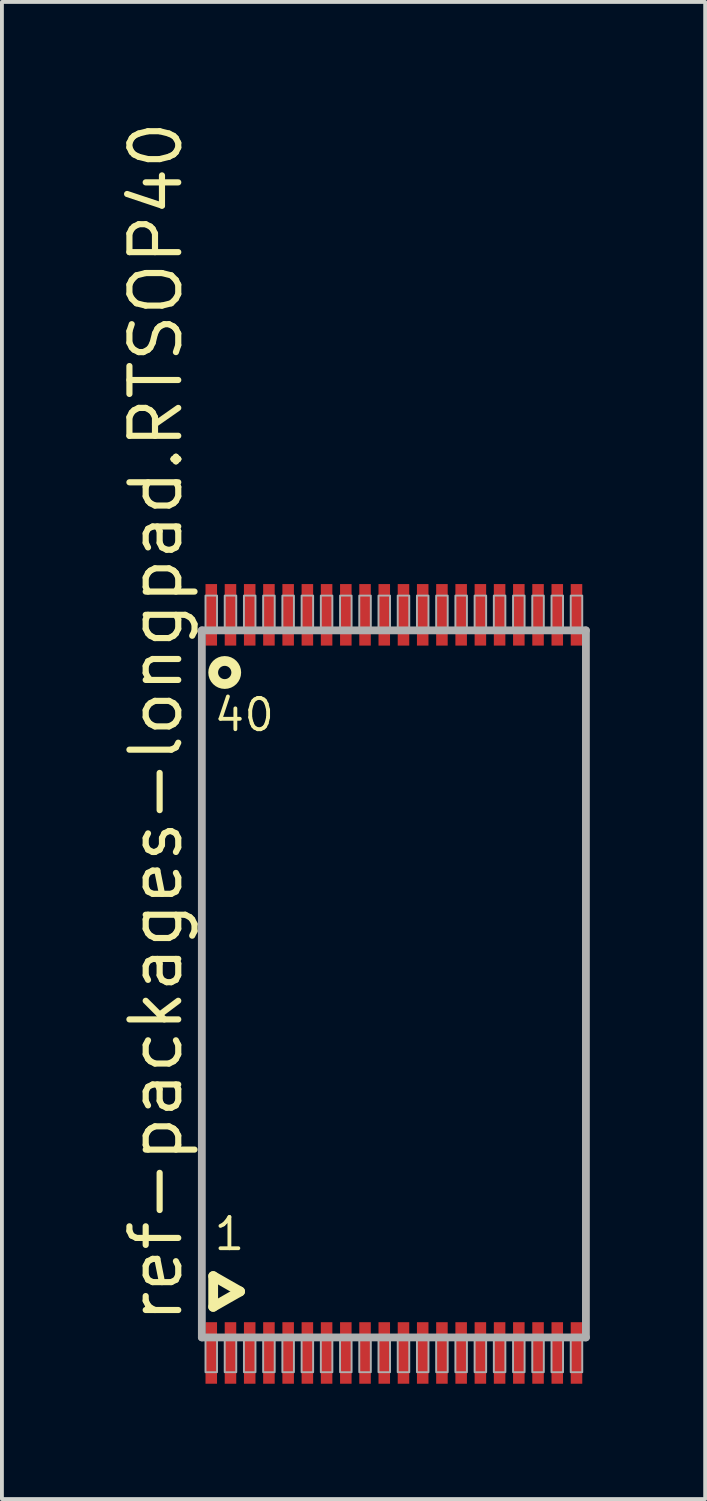
<source format=kicad_pcb>
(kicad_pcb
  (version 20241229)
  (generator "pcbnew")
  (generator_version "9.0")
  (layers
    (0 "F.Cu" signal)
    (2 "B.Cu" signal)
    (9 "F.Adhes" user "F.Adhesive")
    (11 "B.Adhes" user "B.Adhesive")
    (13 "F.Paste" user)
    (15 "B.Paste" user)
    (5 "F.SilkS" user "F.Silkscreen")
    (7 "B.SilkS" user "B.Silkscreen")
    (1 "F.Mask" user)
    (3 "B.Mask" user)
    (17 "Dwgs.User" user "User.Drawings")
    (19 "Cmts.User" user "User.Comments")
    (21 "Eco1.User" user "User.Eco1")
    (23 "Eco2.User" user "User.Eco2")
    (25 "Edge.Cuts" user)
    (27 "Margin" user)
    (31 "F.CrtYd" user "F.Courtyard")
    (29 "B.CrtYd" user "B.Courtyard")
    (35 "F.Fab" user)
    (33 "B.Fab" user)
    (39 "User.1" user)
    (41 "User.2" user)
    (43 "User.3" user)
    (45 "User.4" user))
  (footprint "ref-packages-longpad.RTSOP40"
    (layer "F.Cu")
    (at 7.195 22.542)
    (property "Reference" "ref-packages-longpad.RTSOP40" (at -5.445 8.89 90) (layer "F.SilkS") (effects (font (size 1.27 1.27) (thickness 0.16)) (justify left bottom)))
    (attr smd)
    (fp_line (start -4.7 7.6) (end -4 8) (stroke (width 0.254) (type default)) (layer "F.SilkS"))
    (fp_line (start -4.7 8.4) (end -4.7 7.6) (stroke (width 0.254) (type default)) (layer "F.SilkS"))
    (fp_line (start -4 8) (end -4.7 8.4) (stroke (width 0.254) (type default)) (layer "F.SilkS"))
    (fp_circle (center -4.4 -8.1) (end -4.1 -8.1) (stroke (width 0.254) (type default)) (fill no) (layer "F.SilkS"))
    (fp_line (start -4.995 -9.195) (end 4.995 -9.195) (stroke (width 0.203) (type default)) (layer "F.Fab"))
    (fp_line (start -4.995 9.195) (end -4.995 -9.195) (stroke (width 0.203) (type default)) (layer "F.Fab"))
    (fp_line (start 4.995 -9.195) (end 4.995 9.195) (stroke (width 0.203) (type default)) (layer "F.Fab"))
    (fp_line (start 4.995 9.195) (end -4.995 9.195) (stroke (width 0.203) (type default)) (layer "F.Fab"))
    (fp_rect (start -4.9 -9.25) (end -4.6 -10.1) (stroke (width 0.05) (type default)) (fill no) (layer "F.Fab"))
    (fp_rect (start -4.9 10.1) (end -4.6 9.25) (stroke (width 0.05) (type default)) (fill no) (layer "F.Fab"))
    (fp_rect (start -4.4 -9.25) (end -4.1 -10.1) (stroke (width 0.05) (type default)) (fill no) (layer "F.Fab"))
    (fp_rect (start -4.4 10.1) (end -4.1 9.25) (stroke (width 0.05) (type default)) (fill no) (layer "F.Fab"))
    (fp_rect (start -3.9 -9.25) (end -3.6 -10.1) (stroke (width 0.05) (type default)) (fill no) (layer "F.Fab"))
    (fp_rect (start -3.9 10.1) (end -3.6 9.25) (stroke (width 0.05) (type default)) (fill no) (layer "F.Fab"))
    (fp_rect (start -3.4 -9.25) (end -3.1 -10.1) (stroke (width 0.05) (type default)) (fill no) (layer "F.Fab"))
    (fp_rect (start -3.4 10.1) (end -3.1 9.25) (stroke (width 0.05) (type default)) (fill no) (layer "F.Fab"))
    (fp_rect (start -2.9 -9.25) (end -2.6 -10.1) (stroke (width 0.05) (type default)) (fill no) (layer "F.Fab"))
    (fp_rect (start -2.9 10.1) (end -2.6 9.25) (stroke (width 0.05) (type default)) (fill no) (layer "F.Fab"))
    (fp_rect (start -2.4 -9.25) (end -2.1 -10.1) (stroke (width 0.05) (type default)) (fill no) (layer "F.Fab"))
    (fp_rect (start -2.4 10.1) (end -2.1 9.25) (stroke (width 0.05) (type default)) (fill no) (layer "F.Fab"))
    (fp_rect (start -1.9 -9.25) (end -1.6 -10.1) (stroke (width 0.05) (type default)) (fill no) (layer "F.Fab"))
    (fp_rect (start -1.9 10.1) (end -1.6 9.25) (stroke (width 0.05) (type default)) (fill no) (layer "F.Fab"))
    (fp_rect (start -1.4 -9.25) (end -1.1 -10.1) (stroke (width 0.05) (type default)) (fill no) (layer "F.Fab"))
    (fp_rect (start -1.4 10.1) (end -1.1 9.25) (stroke (width 0.05) (type default)) (fill no) (layer "F.Fab"))
    (fp_rect (start -0.9 -9.25) (end -0.6 -10.1) (stroke (width 0.05) (type default)) (fill no) (layer "F.Fab"))
    (fp_rect (start -0.9 10.1) (end -0.6 9.25) (stroke (width 0.05) (type default)) (fill no) (layer "F.Fab"))
    (fp_rect (start -0.4 -9.25) (end -0.1 -10.1) (stroke (width 0.05) (type default)) (fill no) (layer "F.Fab"))
    (fp_rect (start -0.4 10.1) (end -0.1 9.25) (stroke (width 0.05) (type default)) (fill no) (layer "F.Fab"))
    (fp_rect (start 0.1 -9.25) (end 0.4 -10.1) (stroke (width 0.05) (type default)) (fill no) (layer "F.Fab"))
    (fp_rect (start 0.1 10.1) (end 0.4 9.25) (stroke (width 0.05) (type default)) (fill no) (layer "F.Fab"))
    (fp_rect (start 0.6 -9.25) (end 0.9 -10.1) (stroke (width 0.05) (type default)) (fill no) (layer "F.Fab"))
    (fp_rect (start 0.6 10.1) (end 0.9 9.25) (stroke (width 0.05) (type default)) (fill no) (layer "F.Fab"))
    (fp_rect (start 1.1 -9.25) (end 1.4 -10.1) (stroke (width 0.05) (type default)) (fill no) (layer "F.Fab"))
    (fp_rect (start 1.1 10.1) (end 1.4 9.25) (stroke (width 0.05) (type default)) (fill no) (layer "F.Fab"))
    (fp_rect (start 1.6 -9.25) (end 1.9 -10.1) (stroke (width 0.05) (type default)) (fill no) (layer "F.Fab"))
    (fp_rect (start 1.6 10.1) (end 1.9 9.25) (stroke (width 0.05) (type default)) (fill no) (layer "F.Fab"))
    (fp_rect (start 2.1 -9.25) (end 2.4 -10.1) (stroke (width 0.05) (type default)) (fill no) (layer "F.Fab"))
    (fp_rect (start 2.1 10.1) (end 2.4 9.25) (stroke (width 0.05) (type default)) (fill no) (layer "F.Fab"))
    (fp_rect (start 2.6 -9.25) (end 2.9 -10.1) (stroke (width 0.05) (type default)) (fill no) (layer "F.Fab"))
    (fp_rect (start 2.6 10.1) (end 2.9 9.25) (stroke (width 0.05) (type default)) (fill no) (layer "F.Fab"))
    (fp_rect (start 3.1 -9.25) (end 3.4 -10.1) (stroke (width 0.05) (type default)) (fill no) (layer "F.Fab"))
    (fp_rect (start 3.1 10.1) (end 3.4 9.25) (stroke (width 0.05) (type default)) (fill no) (layer "F.Fab"))
    (fp_rect (start 3.6 -9.25) (end 3.9 -10.1) (stroke (width 0.05) (type default)) (fill no) (layer "F.Fab"))
    (fp_rect (start 3.6 10.1) (end 3.9 9.25) (stroke (width 0.05) (type default)) (fill no) (layer "F.Fab"))
    (fp_rect (start 4.1 -9.25) (end 4.4 -10.1) (stroke (width 0.05) (type default)) (fill no) (layer "F.Fab"))
    (fp_rect (start 4.1 10.1) (end 4.4 9.25) (stroke (width 0.05) (type default)) (fill no) (layer "F.Fab"))
    (fp_rect (start 4.6 -9.25) (end 4.9 -10.1) (stroke (width 0.05) (type default)) (fill no) (layer "F.Fab"))
    (fp_rect (start 4.6 10.1) (end 4.9 9.25) (stroke (width 0.05) (type default)) (fill no) (layer "F.Fab"))
    (fp_text user "40" (at -4.731 -6.52 0) (layer "F.SilkS") (effects (font (size 0.813 0.813) (thickness 0.1)) (justify left bottom)))
    (fp_text user "1" (at -4.731 6.98 0) (layer "F.SilkS") (effects (font (size 0.813 0.813) (thickness 0.1)) (justify left bottom)))
    (pad "1" smd roundrect (at -4.75 9.6) (size 0.3 1.6) (layers "F.Cu" "F.Mask" "F.Paste") (roundrect_rratio 0.01))
    (pad "2" smd roundrect (at -4.25 9.6) (size 0.3 1.6) (layers "F.Cu" "F.Mask" "F.Paste") (roundrect_rratio 0.01))
    (pad "3" smd roundrect (at -3.75 9.6) (size 0.3 1.6) (layers "F.Cu" "F.Mask" "F.Paste") (roundrect_rratio 0.01))
    (pad "4" smd roundrect (at -3.25 9.6) (size 0.3 1.6) (layers "F.Cu" "F.Mask" "F.Paste") (roundrect_rratio 0.01))
    (pad "5" smd roundrect (at -2.75 9.6) (size 0.3 1.6) (layers "F.Cu" "F.Mask" "F.Paste") (roundrect_rratio 0.01))
    (pad "6" smd roundrect (at -2.25 9.6) (size 0.3 1.6) (layers "F.Cu" "F.Mask" "F.Paste") (roundrect_rratio 0.01))
    (pad "7" smd roundrect (at -1.75 9.6) (size 0.3 1.6) (layers "F.Cu" "F.Mask" "F.Paste") (roundrect_rratio 0.01))
    (pad "8" smd roundrect (at -1.25 9.6) (size 0.3 1.6) (layers "F.Cu" "F.Mask" "F.Paste") (roundrect_rratio 0.01))
    (pad "9" smd roundrect (at -0.75 9.6) (size 0.3 1.6) (layers "F.Cu" "F.Mask" "F.Paste") (roundrect_rratio 0.01))
    (pad "10" smd roundrect (at -0.25 9.6) (size 0.3 1.6) (layers "F.Cu" "F.Mask" "F.Paste") (roundrect_rratio 0.01))
    (pad "11" smd roundrect (at 0.25 9.6) (size 0.3 1.6) (layers "F.Cu" "F.Mask" "F.Paste") (roundrect_rratio 0.01))
    (pad "12" smd roundrect (at 0.75 9.6) (size 0.3 1.6) (layers "F.Cu" "F.Mask" "F.Paste") (roundrect_rratio 0.01))
    (pad "13" smd roundrect (at 1.25 9.6) (size 0.3 1.6) (layers "F.Cu" "F.Mask" "F.Paste") (roundrect_rratio 0.01))
    (pad "14" smd roundrect (at 1.75 9.6) (size 0.3 1.6) (layers "F.Cu" "F.Mask" "F.Paste") (roundrect_rratio 0.01))
    (pad "15" smd roundrect (at 2.25 9.6) (size 0.3 1.6) (layers "F.Cu" "F.Mask" "F.Paste") (roundrect_rratio 0.01))
    (pad "16" smd roundrect (at 2.75 9.6) (size 0.3 1.6) (layers "F.Cu" "F.Mask" "F.Paste") (roundrect_rratio 0.01))
    (pad "17" smd roundrect (at 3.25 9.6) (size 0.3 1.6) (layers "F.Cu" "F.Mask" "F.Paste") (roundrect_rratio 0.01))
    (pad "18" smd roundrect (at 3.75 9.6) (size 0.3 1.6) (layers "F.Cu" "F.Mask" "F.Paste") (roundrect_rratio 0.01))
    (pad "19" smd roundrect (at 4.25 9.6) (size 0.3 1.6) (layers "F.Cu" "F.Mask" "F.Paste") (roundrect_rratio 0.01))
    (pad "20" smd roundrect (at 4.75 9.6) (size 0.3 1.6) (layers "F.Cu" "F.Mask" "F.Paste") (roundrect_rratio 0.01))
    (pad "21" smd roundrect (at 4.75 -9.6) (size 0.3 1.6) (layers "F.Cu" "F.Mask" "F.Paste") (roundrect_rratio 0.01))
    (pad "22" smd roundrect (at 4.25 -9.6) (size 0.3 1.6) (layers "F.Cu" "F.Mask" "F.Paste") (roundrect_rratio 0.01))
    (pad "23" smd roundrect (at 3.75 -9.6) (size 0.3 1.6) (layers "F.Cu" "F.Mask" "F.Paste") (roundrect_rratio 0.01))
    (pad "24" smd roundrect (at 3.25 -9.6) (size 0.3 1.6) (layers "F.Cu" "F.Mask" "F.Paste") (roundrect_rratio 0.01))
    (pad "25" smd roundrect (at 2.75 -9.6) (size 0.3 1.6) (layers "F.Cu" "F.Mask" "F.Paste") (roundrect_rratio 0.01))
    (pad "26" smd roundrect (at 2.25 -9.6) (size 0.3 1.6) (layers "F.Cu" "F.Mask" "F.Paste") (roundrect_rratio 0.01))
    (pad "27" smd roundrect (at 1.75 -9.6) (size 0.3 1.6) (layers "F.Cu" "F.Mask" "F.Paste") (roundrect_rratio 0.01))
    (pad "28" smd roundrect (at 1.25 -9.6) (size 0.3 1.6) (layers "F.Cu" "F.Mask" "F.Paste") (roundrect_rratio 0.01))
    (pad "29" smd roundrect (at 0.75 -9.6) (size 0.3 1.6) (layers "F.Cu" "F.Mask" "F.Paste") (roundrect_rratio 0.01))
    (pad "30" smd roundrect (at 0.25 -9.6) (size 0.3 1.6) (layers "F.Cu" "F.Mask" "F.Paste") (roundrect_rratio 0.01))
    (pad "31" smd roundrect (at -0.25 -9.6) (size 0.3 1.6) (layers "F.Cu" "F.Mask" "F.Paste") (roundrect_rratio 0.01))
    (pad "32" smd roundrect (at -0.75 -9.6) (size 0.3 1.6) (layers "F.Cu" "F.Mask" "F.Paste") (roundrect_rratio 0.01))
    (pad "33" smd roundrect (at -1.25 -9.6) (size 0.3 1.6) (layers "F.Cu" "F.Mask" "F.Paste") (roundrect_rratio 0.01))
    (pad "34" smd roundrect (at -1.75 -9.6) (size 0.3 1.6) (layers "F.Cu" "F.Mask" "F.Paste") (roundrect_rratio 0.01))
    (pad "35" smd roundrect (at -2.25 -9.6) (size 0.3 1.6) (layers "F.Cu" "F.Mask" "F.Paste") (roundrect_rratio 0.01))
    (pad "36" smd roundrect (at -2.75 -9.6) (size 0.3 1.6) (layers "F.Cu" "F.Mask" "F.Paste") (roundrect_rratio 0.01))
    (pad "37" smd roundrect (at -3.25 -9.6) (size 0.3 1.6) (layers "F.Cu" "F.Mask" "F.Paste") (roundrect_rratio 0.01))
    (pad "38" smd roundrect (at -3.75 -9.6) (size 0.3 1.6) (layers "F.Cu" "F.Mask" "F.Paste") (roundrect_rratio 0.01))
    (pad "39" smd roundrect (at -4.25 -9.6) (size 0.3 1.6) (layers "F.Cu" "F.Mask" "F.Paste") (roundrect_rratio 0.01))
    (pad "40" smd roundrect (at -4.75 -9.6) (size 0.3 1.6) (layers "F.Cu" "F.Mask" "F.Paste") (roundrect_rratio 0.01)))
  (gr_rect
    (start -3 -3)
    (end 15.292 35.942)
    (stroke (width 0.1) (type default))
    (fill no)
    (layer "Edge.Cuts")))
</source>
